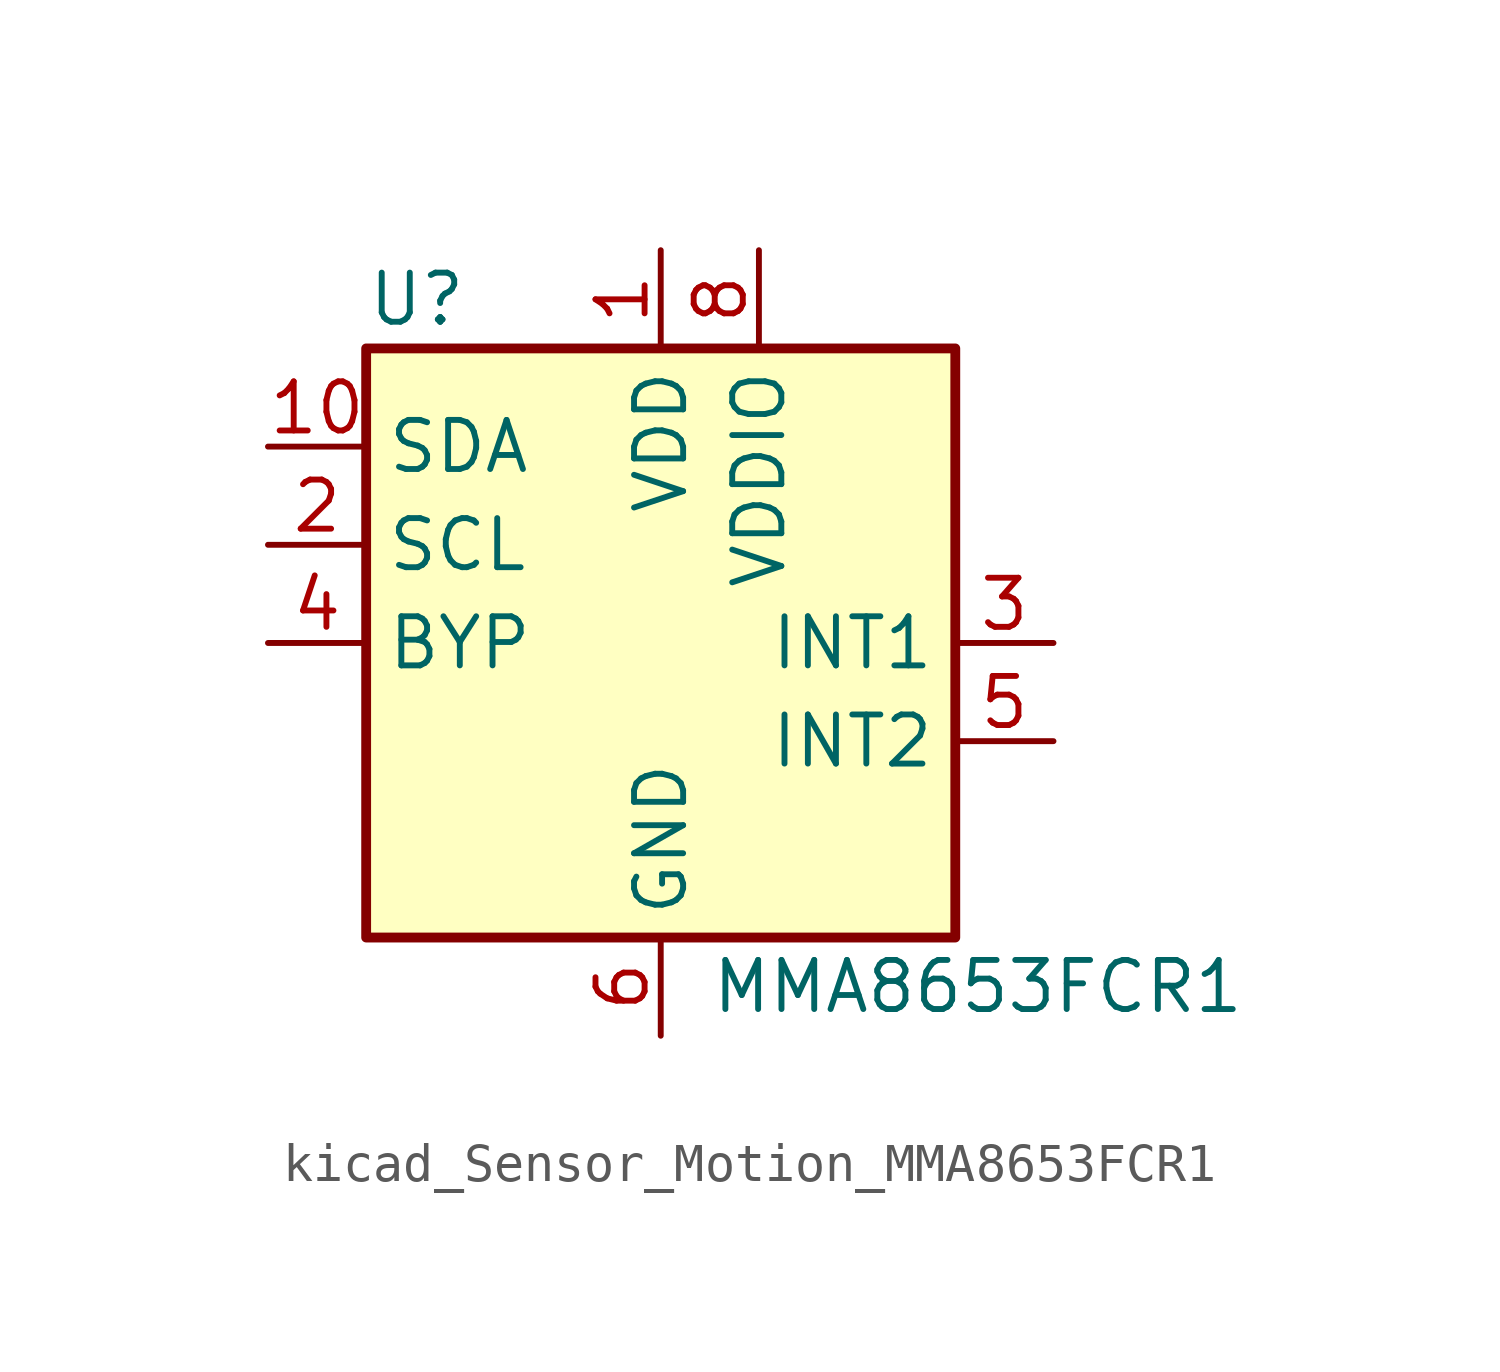
<source format=kicad_sym>
(kicad_symbol_lib
  (version 20220914)
  (generator kicad_symbol_editor)
  (symbol "kicad_Sensor_Motion_MMA8653FCR1"
    (property "Reference" "U"
      (at -7.62 8.89 0)
      (effects (font (size 1.27 1.27)) (justify left)))
    (property "Value" "MMA8653FCR1"
      (at 1.27 -8.89 0)
      (effects (font (size 1.27 1.27)) (justify left)))
    (symbol "kicad_Sensor_Motion_MMA8653FCR1_0_1"
      (rectangle (start -7.62 7.62) (end 7.62 -7.62) (stroke (width 0.254) (type default)) (fill (type background))))
    (symbol "kicad_Sensor_Motion_MMA8653FCR1_1_1"
      (pin power_in line (at 0 10.16 270) (length 2.54) (name "VDD" (effects (font (size 1.27 1.27)))) (number "1" (effects (font (size 1.27 1.27)))))
      (pin bidirectional line (at -10.16 5.08 0) (length 2.54) (name "SDA" (effects (font (size 1.27 1.27)))) (number "10" (effects (font (size 1.27 1.27)))))
      (pin input line (at -10.16 2.54 0) (length 2.54) (name "SCL" (effects (font (size 1.27 1.27)))) (number "2" (effects (font (size 1.27 1.27)))))
      (pin output line (at 10.16 0 180) (length 2.54) (name "INT1" (effects (font (size 1.27 1.27)))) (number "3" (effects (font (size 1.27 1.27)))))
      (pin input line (at -10.16 0 0) (length 2.54) (name "BYP" (effects (font (size 1.27 1.27)))) (number "4" (effects (font (size 1.27 1.27)))))
      (pin output line (at 10.16 -2.54 180) (length 2.54) (name "INT2" (effects (font (size 1.27 1.27)))) (number "5" (effects (font (size 1.27 1.27)))))
      (pin power_in line (at 0 -10.16 90) (length 2.54) (name "GND" (effects (font (size 1.27 1.27)))) (number "6" (effects (font (size 1.27 1.27)))))
      (pin passive line (at 0 -10.16 90) (length 2.54) hide (name "GND" (effects (font (size 1.27 1.27)))) (number "7" (effects (font (size 1.27 1.27)))))
      (pin power_in line (at 2.54 10.16 270) (length 2.54) (name "VDDIO" (effects (font (size 1.27 1.27)))) (number "8" (effects (font (size 1.27 1.27)))))
      (pin passive line (at 0 -10.16 90) (length 2.54) hide (name "GND" (effects (font (size 1.27 1.27)))) (number "9" (effects (font (size 1.27 1.27))))))))
</source>
